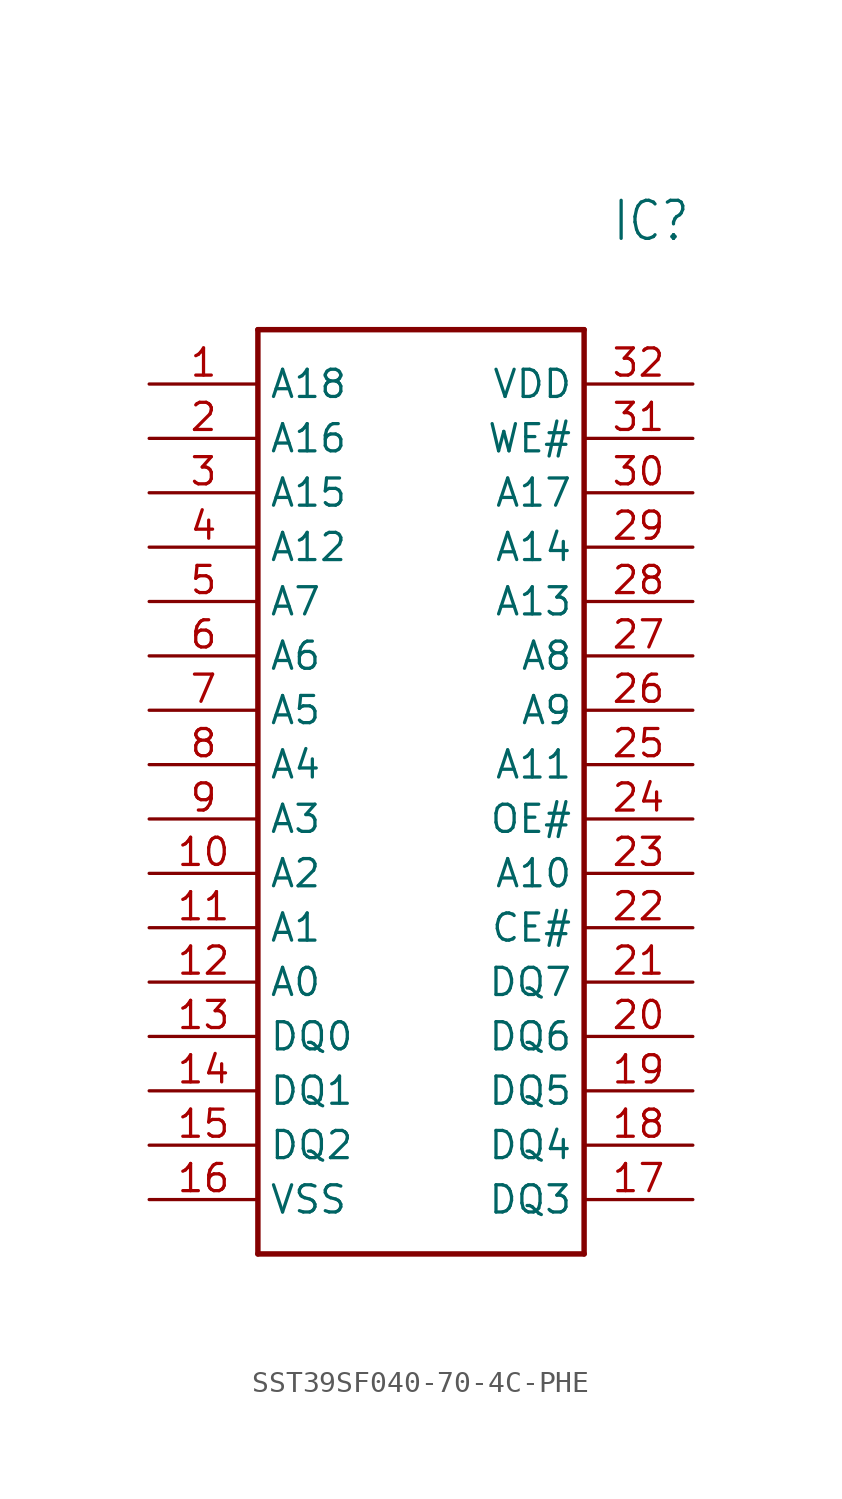
<source format=kicad_sym>
(kicad_symbol_lib
  (version 20220914)
  (generator kicad_symbol_editor)
  (symbol "SST39SF040-70-4C-PHE"
    (property "Reference" "IC"
      (at 21.59 7.62 0)
      (effects (font (size 1.778 1.511)) (justify left)))
    (property "Value" ""
      (at 21.59 5.08 0)
      (effects (font (size 1.778 1.511)) (justify left)))
    (property "ki_locked" ""
      (at 0 0 0)
      (effects (font (size 1.27 1.27))))
    (symbol "SST39SF040-70-4C-PHE_1_0"
      (polyline (pts (xy 5.08 2.54) (xy 5.08 -40.64)) (stroke (width 0.254) (type solid)) (fill (type none)))
      (polyline (pts (xy 5.08 2.54) (xy 20.32 2.54)) (stroke (width 0.254) (type solid)) (fill (type none)))
      (polyline (pts (xy 20.32 -40.64) (xy 5.08 -40.64)) (stroke (width 0.254) (type solid)) (fill (type none)))
      (polyline (pts (xy 20.32 -40.64) (xy 20.32 2.54)) (stroke (width 0.254) (type solid)) (fill (type none)))
      (pin bidirectional line (at 0 0 0) (length 5.08) (name "A18" (effects (font (size 1.27 1.27)))) (number "1" (effects (font (size 1.27 1.27)))))
      (pin bidirectional line (at 0 -22.86 0) (length 5.08) (name "A2" (effects (font (size 1.27 1.27)))) (number "10" (effects (font (size 1.27 1.27)))))
      (pin bidirectional line (at 0 -25.4 0) (length 5.08) (name "A1" (effects (font (size 1.27 1.27)))) (number "11" (effects (font (size 1.27 1.27)))))
      (pin bidirectional line (at 0 -27.94 0) (length 5.08) (name "A0" (effects (font (size 1.27 1.27)))) (number "12" (effects (font (size 1.27 1.27)))))
      (pin bidirectional line (at 0 -30.48 0) (length 5.08) (name "DQ0" (effects (font (size 1.27 1.27)))) (number "13" (effects (font (size 1.27 1.27)))))
      (pin bidirectional line (at 0 -33.02 0) (length 5.08) (name "DQ1" (effects (font (size 1.27 1.27)))) (number "14" (effects (font (size 1.27 1.27)))))
      (pin bidirectional line (at 0 -35.56 0) (length 5.08) (name "DQ2" (effects (font (size 1.27 1.27)))) (number "15" (effects (font (size 1.27 1.27)))))
      (pin bidirectional line (at 0 -38.1 0) (length 5.08) (name "VSS" (effects (font (size 1.27 1.27)))) (number "16" (effects (font (size 1.27 1.27)))))
      (pin bidirectional line (at 25.4 -38.1 180) (length 5.08) (name "DQ3" (effects (font (size 1.27 1.27)))) (number "17" (effects (font (size 1.27 1.27)))))
      (pin bidirectional line (at 25.4 -35.56 180) (length 5.08) (name "DQ4" (effects (font (size 1.27 1.27)))) (number "18" (effects (font (size 1.27 1.27)))))
      (pin bidirectional line (at 25.4 -33.02 180) (length 5.08) (name "DQ5" (effects (font (size 1.27 1.27)))) (number "19" (effects (font (size 1.27 1.27)))))
      (pin bidirectional line (at 0 -2.54 0) (length 5.08) (name "A16" (effects (font (size 1.27 1.27)))) (number "2" (effects (font (size 1.27 1.27)))))
      (pin bidirectional line (at 25.4 -30.48 180) (length 5.08) (name "DQ6" (effects (font (size 1.27 1.27)))) (number "20" (effects (font (size 1.27 1.27)))))
      (pin bidirectional line (at 25.4 -27.94 180) (length 5.08) (name "DQ7" (effects (font (size 1.27 1.27)))) (number "21" (effects (font (size 1.27 1.27)))))
      (pin bidirectional line (at 25.4 -25.4 180) (length 5.08) (name "CE#" (effects (font (size 1.27 1.27)))) (number "22" (effects (font (size 1.27 1.27)))))
      (pin bidirectional line (at 25.4 -22.86 180) (length 5.08) (name "A10" (effects (font (size 1.27 1.27)))) (number "23" (effects (font (size 1.27 1.27)))))
      (pin bidirectional line (at 25.4 -20.32 180) (length 5.08) (name "OE#" (effects (font (size 1.27 1.27)))) (number "24" (effects (font (size 1.27 1.27)))))
      (pin bidirectional line (at 25.4 -17.78 180) (length 5.08) (name "A11" (effects (font (size 1.27 1.27)))) (number "25" (effects (font (size 1.27 1.27)))))
      (pin bidirectional line (at 25.4 -15.24 180) (length 5.08) (name "A9" (effects (font (size 1.27 1.27)))) (number "26" (effects (font (size 1.27 1.27)))))
      (pin bidirectional line (at 25.4 -12.7 180) (length 5.08) (name "A8" (effects (font (size 1.27 1.27)))) (number "27" (effects (font (size 1.27 1.27)))))
      (pin bidirectional line (at 25.4 -10.16 180) (length 5.08) (name "A13" (effects (font (size 1.27 1.27)))) (number "28" (effects (font (size 1.27 1.27)))))
      (pin bidirectional line (at 25.4 -7.62 180) (length 5.08) (name "A14" (effects (font (size 1.27 1.27)))) (number "29" (effects (font (size 1.27 1.27)))))
      (pin bidirectional line (at 0 -5.08 0) (length 5.08) (name "A15" (effects (font (size 1.27 1.27)))) (number "3" (effects (font (size 1.27 1.27)))))
      (pin bidirectional line (at 25.4 -5.08 180) (length 5.08) (name "A17" (effects (font (size 1.27 1.27)))) (number "30" (effects (font (size 1.27 1.27)))))
      (pin bidirectional line (at 25.4 -2.54 180) (length 5.08) (name "WE#" (effects (font (size 1.27 1.27)))) (number "31" (effects (font (size 1.27 1.27)))))
      (pin bidirectional line (at 25.4 0 180) (length 5.08) (name "VDD" (effects (font (size 1.27 1.27)))) (number "32" (effects (font (size 1.27 1.27)))))
      (pin bidirectional line (at 0 -7.62 0) (length 5.08) (name "A12" (effects (font (size 1.27 1.27)))) (number "4" (effects (font (size 1.27 1.27)))))
      (pin bidirectional line (at 0 -10.16 0) (length 5.08) (name "A7" (effects (font (size 1.27 1.27)))) (number "5" (effects (font (size 1.27 1.27)))))
      (pin bidirectional line (at 0 -12.7 0) (length 5.08) (name "A6" (effects (font (size 1.27 1.27)))) (number "6" (effects (font (size 1.27 1.27)))))
      (pin bidirectional line (at 0 -15.24 0) (length 5.08) (name "A5" (effects (font (size 1.27 1.27)))) (number "7" (effects (font (size 1.27 1.27)))))
      (pin bidirectional line (at 0 -17.78 0) (length 5.08) (name "A4" (effects (font (size 1.27 1.27)))) (number "8" (effects (font (size 1.27 1.27)))))
      (pin bidirectional line (at 0 -20.32 0) (length 5.08) (name "A3" (effects (font (size 1.27 1.27)))) (number "9" (effects (font (size 1.27 1.27))))))))
</source>
